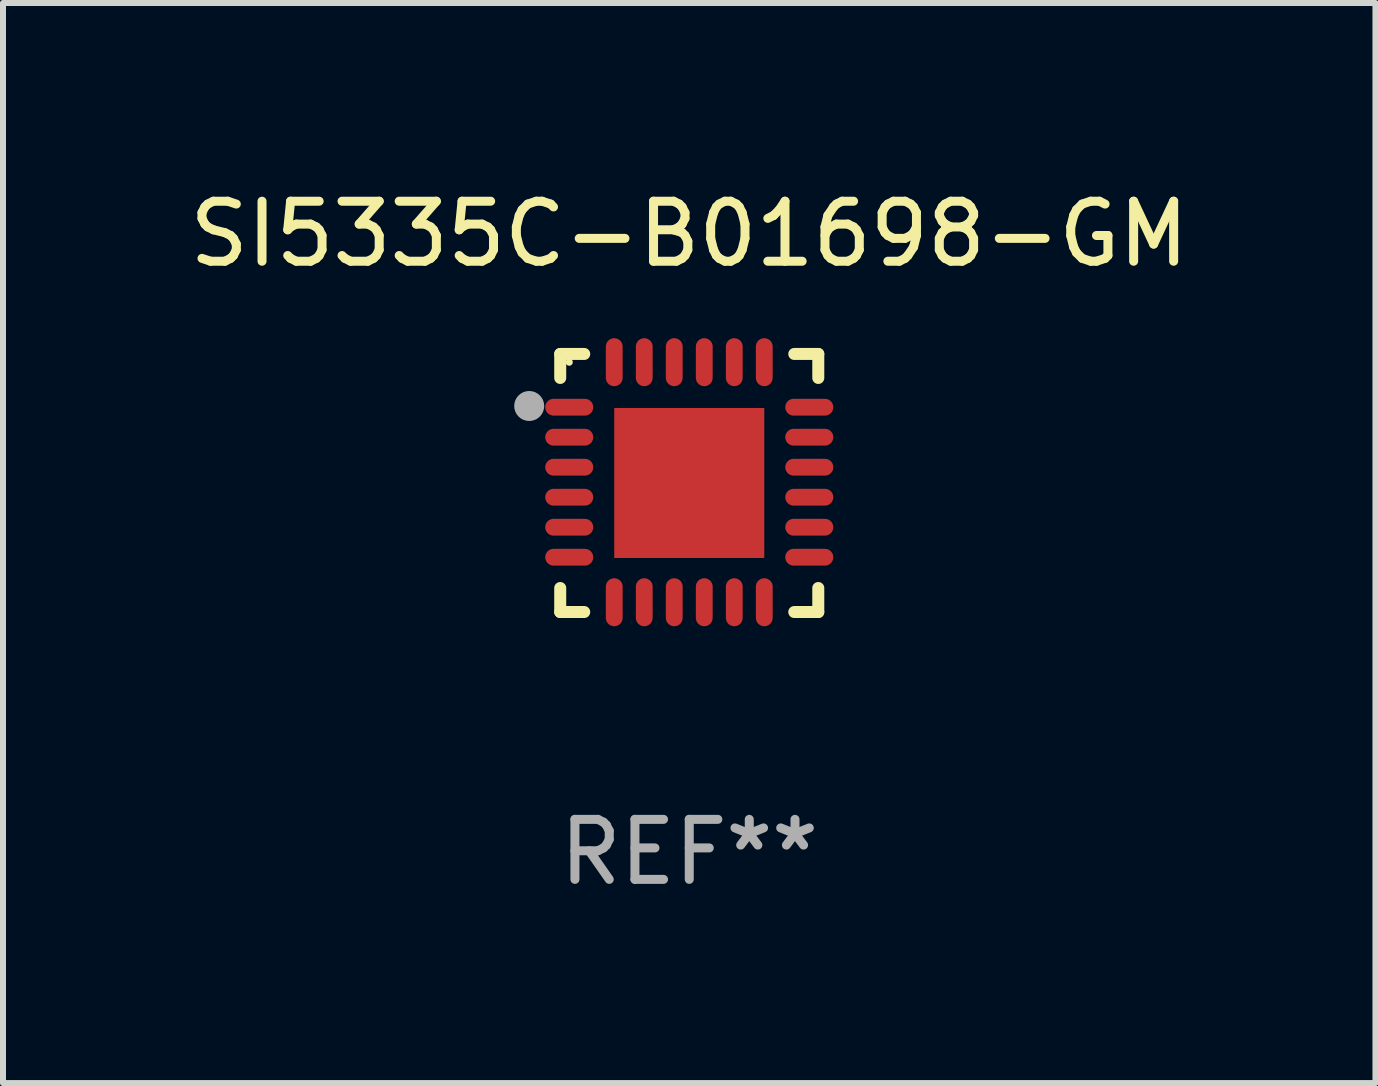
<source format=kicad_pcb>
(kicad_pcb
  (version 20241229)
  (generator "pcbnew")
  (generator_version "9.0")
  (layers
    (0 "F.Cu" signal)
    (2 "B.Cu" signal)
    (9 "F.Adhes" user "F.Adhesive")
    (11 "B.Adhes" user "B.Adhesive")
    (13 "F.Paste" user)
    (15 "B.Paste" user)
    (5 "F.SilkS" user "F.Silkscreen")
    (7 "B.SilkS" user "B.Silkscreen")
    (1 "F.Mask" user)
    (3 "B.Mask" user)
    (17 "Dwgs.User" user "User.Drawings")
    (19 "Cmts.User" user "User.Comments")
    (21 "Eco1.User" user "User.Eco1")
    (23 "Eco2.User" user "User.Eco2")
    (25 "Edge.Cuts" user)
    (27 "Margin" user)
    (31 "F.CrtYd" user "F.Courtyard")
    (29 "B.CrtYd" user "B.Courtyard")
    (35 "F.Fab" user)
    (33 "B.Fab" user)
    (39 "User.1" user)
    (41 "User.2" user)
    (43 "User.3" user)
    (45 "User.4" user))
  (footprint "SI5335C-B01698-GM"
    (layer "F.Cu")
    (at 8.435 4.998)
    (property "Reference" "SI5335C-B01698-GM" (at 0 -4.15 0) (layer "F.SilkS") (effects (font (size 1 1) (thickness 0.15))))
    (attr through_hole)
    (fp_line (start -2.15 -2.15) (end -1.75 -2.15) (stroke (width 0.2) (type solid)) (layer "F.SilkS"))
    (fp_line (start -2.15 -1.75) (end -2.15 -2.15) (stroke (width 0.2) (type solid)) (layer "F.SilkS"))
    (fp_line (start -2.15 2.15) (end -2.15 1.75) (stroke (width 0.2) (type solid)) (layer "F.SilkS"))
    (fp_line (start -1.75 2.15) (end -2.15 2.15) (stroke (width 0.2) (type solid)) (layer "F.SilkS"))
    (fp_line (start 1.75 -2.15) (end 2.15 -2.15) (stroke (width 0.2) (type solid)) (layer "F.SilkS"))
    (fp_line (start 1.75 2.15) (end 2.15 2.15) (stroke (width 0.2) (type solid)) (layer "F.SilkS"))
    (fp_line (start 2.15 -2.15) (end 2.15 -1.75) (stroke (width 0.2) (type solid)) (layer "F.SilkS"))
    (fp_line (start 2.15 2.15) (end 2.15 1.75) (stroke (width 0.2) (type solid)) (layer "F.SilkS"))
    (fp_circle (center -2 -2.013) (end -1.97 -2.013) (stroke (width 0.06) (type solid)) (fill no) (layer "F.SilkS"))
    (fp_circle (center -2.667 -1.283) (end -2.542 -1.283) (stroke (width 0.25) (type solid)) (fill no) (layer "F.Fab"))
    (fp_text user "REF**" (at 0 6.15 0) (layer "F.Fab") (effects (font (size 1 1) (thickness 0.15))))
    (pad "1" smd oval (at -2 -1.263) (size 0.8 0.28) (layers "F.Cu" "F.Mask" "F.Paste"))
    (pad "2" smd oval (at -2 -0.763) (size 0.8 0.28) (layers "F.Cu" "F.Mask" "F.Paste"))
    (pad "3" smd oval (at -2 -0.263) (size 0.8 0.28) (layers "F.Cu" "F.Mask" "F.Paste"))
    (pad "4" smd oval (at -2 0.237) (size 0.8 0.28) (layers "F.Cu" "F.Mask" "F.Paste"))
    (pad "5" smd oval (at -2 0.737) (size 0.8 0.28) (layers "F.Cu" "F.Mask" "F.Paste"))
    (pad "6" smd oval (at -2 1.237) (size 0.8 0.28) (layers "F.Cu" "F.Mask" "F.Paste"))
    (pad "7" smd oval (at -1.25 1.987) (size 0.28 0.8) (layers "F.Cu" "F.Mask" "F.Paste"))
    (pad "8" smd oval (at -0.75 1.987) (size 0.28 0.8) (layers "F.Cu" "F.Mask" "F.Paste"))
    (pad "9" smd oval (at -0.25 1.987) (size 0.28 0.8) (layers "F.Cu" "F.Mask" "F.Paste"))
    (pad "10" smd oval (at 0.25 1.987) (size 0.28 0.8) (layers "F.Cu" "F.Mask" "F.Paste"))
    (pad "11" smd oval (at 0.75 1.987) (size 0.28 0.8) (layers "F.Cu" "F.Mask" "F.Paste"))
    (pad "12" smd oval (at 1.25 1.987) (size 0.28 0.8) (layers "F.Cu" "F.Mask" "F.Paste"))
    (pad "13" smd oval (at 2 1.237) (size 0.8 0.28) (layers "F.Cu" "F.Mask" "F.Paste"))
    (pad "14" smd oval (at 2 0.737) (size 0.8 0.28) (layers "F.Cu" "F.Mask" "F.Paste"))
    (pad "15" smd oval (at 2 0.237) (size 0.8 0.28) (layers "F.Cu" "F.Mask" "F.Paste"))
    (pad "16" smd oval (at 2 -0.263) (size 0.8 0.28) (layers "F.Cu" "F.Mask" "F.Paste"))
    (pad "17" smd oval (at 2 -0.763) (size 0.8 0.28) (layers "F.Cu" "F.Mask" "F.Paste"))
    (pad "18" smd oval (at 2 -1.263) (size 0.8 0.28) (layers "F.Cu" "F.Mask" "F.Paste"))
    (pad "19" smd oval (at 1.25 -2.013) (size 0.28 0.8) (layers "F.Cu" "F.Mask" "F.Paste"))
    (pad "20" smd oval (at 0.75 -2.013) (size 0.28 0.8) (layers "F.Cu" "F.Mask" "F.Paste"))
    (pad "21" smd oval (at 0.25 -2.013) (size 0.28 0.8) (layers "F.Cu" "F.Mask" "F.Paste"))
    (pad "22" smd oval (at -0.25 -2.013) (size 0.28 0.8) (layers "F.Cu" "F.Mask" "F.Paste"))
    (pad "23" smd oval (at -0.75 -2.013) (size 0.28 0.8) (layers "F.Cu" "F.Mask" "F.Paste"))
    (pad "24" smd oval (at -1.25 -2.013) (size 0.28 0.8) (layers "F.Cu" "F.Mask" "F.Paste"))
    (pad "25" smd rect (at -0.000127 -0.00014) (size 2.5 2.5) (layers "F.Cu" "F.Mask" "F.Paste")))
  (gr_rect
    (start -3 -3)
    (end 19.869 14.997)
    (stroke (width 0.1) (type default))
    (fill no)
    (layer "Edge.Cuts")))
</source>
